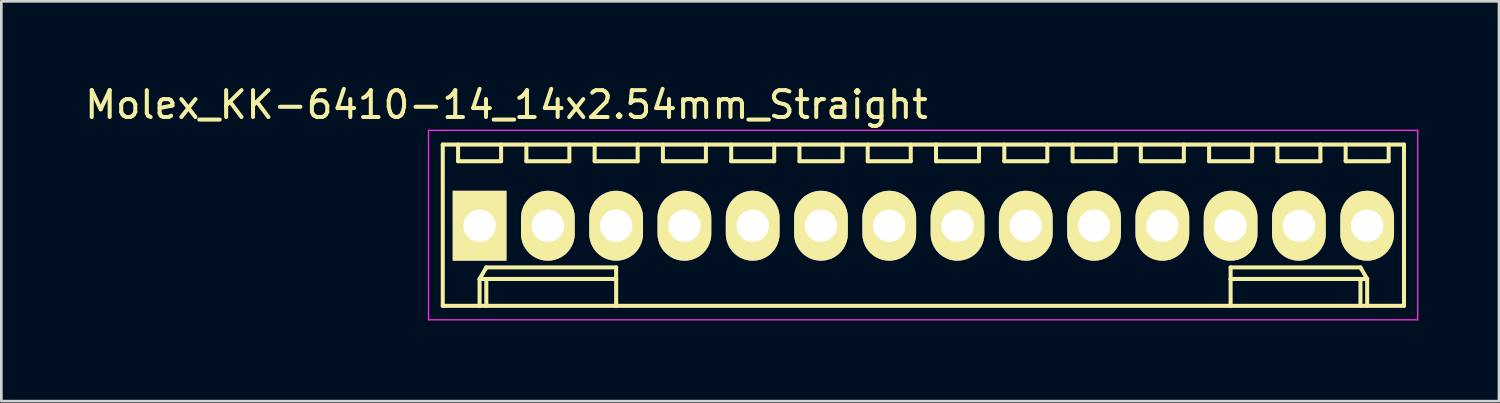
<source format=kicad_pcb>
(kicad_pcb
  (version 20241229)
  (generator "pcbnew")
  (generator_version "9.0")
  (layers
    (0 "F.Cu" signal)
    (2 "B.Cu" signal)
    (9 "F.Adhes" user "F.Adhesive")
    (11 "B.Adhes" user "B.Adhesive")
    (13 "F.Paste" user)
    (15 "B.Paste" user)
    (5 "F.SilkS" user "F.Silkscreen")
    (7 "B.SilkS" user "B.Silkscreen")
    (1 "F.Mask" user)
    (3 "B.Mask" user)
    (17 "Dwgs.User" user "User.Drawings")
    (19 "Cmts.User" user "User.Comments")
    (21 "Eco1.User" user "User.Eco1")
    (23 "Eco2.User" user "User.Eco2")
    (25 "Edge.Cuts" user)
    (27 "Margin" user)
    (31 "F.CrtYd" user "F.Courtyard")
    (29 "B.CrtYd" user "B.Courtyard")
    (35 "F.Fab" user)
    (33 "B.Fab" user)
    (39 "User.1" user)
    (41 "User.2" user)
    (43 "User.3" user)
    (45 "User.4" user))
  (footprint "Molex_KK-6410-14_14x2.54mm_Straight"
    (layer "F.Cu")
    (at 14.792 5.348)
    (property "Reference" "Molex_KK-6410-14_14x2.54mm_Straight" (at 1 -4.5 0) (layer "F.SilkS") (effects (font (size 1 1) (thickness 0.15))))
    (attr through_hole)
    (fp_line (start -1.37 -3.02) (end -1.37 2.98) (stroke (width 0.15) (type solid)) (layer "F.SilkS"))
    (fp_line (start -1.37 2.98) (end 34.39 2.98) (stroke (width 0.15) (type solid)) (layer "F.SilkS"))
    (fp_line (start -0.8 -3.02) (end -0.8 -2.4) (stroke (width 0.15) (type solid)) (layer "F.SilkS"))
    (fp_line (start -0.8 -2.4) (end 0.8 -2.4) (stroke (width 0.15) (type solid)) (layer "F.SilkS"))
    (fp_line (start 0 1.98) (end 0.25 1.55) (stroke (width 0.15) (type solid)) (layer "F.SilkS"))
    (fp_line (start 0 1.98) (end 5.08 1.98) (stroke (width 0.15) (type solid)) (layer "F.SilkS"))
    (fp_line (start 0 2.98) (end 0 1.98) (stroke (width 0.15) (type solid)) (layer "F.SilkS"))
    (fp_line (start 0.25 1.55) (end 5.08 1.55) (stroke (width 0.15) (type solid)) (layer "F.SilkS"))
    (fp_line (start 0.25 2.98) (end 0.25 1.98) (stroke (width 0.15) (type solid)) (layer "F.SilkS"))
    (fp_line (start 0.8 -2.4) (end 0.8 -3.02) (stroke (width 0.15) (type solid)) (layer "F.SilkS"))
    (fp_line (start 1.74 -3.02) (end 1.74 -2.4) (stroke (width 0.15) (type solid)) (layer "F.SilkS"))
    (fp_line (start 1.74 -2.4) (end 3.34 -2.4) (stroke (width 0.15) (type solid)) (layer "F.SilkS"))
    (fp_line (start 3.34 -2.4) (end 3.34 -3.02) (stroke (width 0.15) (type solid)) (layer "F.SilkS"))
    (fp_line (start 4.28 -3.02) (end 4.28 -2.4) (stroke (width 0.15) (type solid)) (layer "F.SilkS"))
    (fp_line (start 4.28 -2.4) (end 5.88 -2.4) (stroke (width 0.15) (type solid)) (layer "F.SilkS"))
    (fp_line (start 5.08 1.55) (end 5.08 1.98) (stroke (width 0.15) (type solid)) (layer "F.SilkS"))
    (fp_line (start 5.08 1.98) (end 5.08 2.98) (stroke (width 0.15) (type solid)) (layer "F.SilkS"))
    (fp_line (start 5.88 -2.4) (end 5.88 -3.02) (stroke (width 0.15) (type solid)) (layer "F.SilkS"))
    (fp_line (start 6.82 -3.02) (end 6.82 -2.4) (stroke (width 0.15) (type solid)) (layer "F.SilkS"))
    (fp_line (start 6.82 -2.4) (end 8.42 -2.4) (stroke (width 0.15) (type solid)) (layer "F.SilkS"))
    (fp_line (start 8.42 -2.4) (end 8.42 -3.02) (stroke (width 0.15) (type solid)) (layer "F.SilkS"))
    (fp_line (start 9.36 -3.02) (end 9.36 -2.4) (stroke (width 0.15) (type solid)) (layer "F.SilkS"))
    (fp_line (start 9.36 -2.4) (end 10.96 -2.4) (stroke (width 0.15) (type solid)) (layer "F.SilkS"))
    (fp_line (start 10.96 -2.4) (end 10.96 -3.02) (stroke (width 0.15) (type solid)) (layer "F.SilkS"))
    (fp_line (start 11.9 -3.02) (end 11.9 -2.4) (stroke (width 0.15) (type solid)) (layer "F.SilkS"))
    (fp_line (start 11.9 -2.4) (end 13.5 -2.4) (stroke (width 0.15) (type solid)) (layer "F.SilkS"))
    (fp_line (start 13.5 -2.4) (end 13.5 -3.02) (stroke (width 0.15) (type solid)) (layer "F.SilkS"))
    (fp_line (start 14.44 -3.02) (end 14.44 -2.4) (stroke (width 0.15) (type solid)) (layer "F.SilkS"))
    (fp_line (start 14.44 -2.4) (end 16.04 -2.4) (stroke (width 0.15) (type solid)) (layer "F.SilkS"))
    (fp_line (start 16.04 -2.4) (end 16.04 -3.02) (stroke (width 0.15) (type solid)) (layer "F.SilkS"))
    (fp_line (start 16.98 -3.02) (end 16.98 -2.4) (stroke (width 0.15) (type solid)) (layer "F.SilkS"))
    (fp_line (start 16.98 -2.4) (end 18.58 -2.4) (stroke (width 0.15) (type solid)) (layer "F.SilkS"))
    (fp_line (start 18.58 -2.4) (end 18.58 -3.02) (stroke (width 0.15) (type solid)) (layer "F.SilkS"))
    (fp_line (start 19.52 -3.02) (end 19.52 -2.4) (stroke (width 0.15) (type solid)) (layer "F.SilkS"))
    (fp_line (start 19.52 -2.4) (end 21.12 -2.4) (stroke (width 0.15) (type solid)) (layer "F.SilkS"))
    (fp_line (start 21.12 -2.4) (end 21.12 -3.02) (stroke (width 0.15) (type solid)) (layer "F.SilkS"))
    (fp_line (start 22.06 -3.02) (end 22.06 -2.4) (stroke (width 0.15) (type solid)) (layer "F.SilkS"))
    (fp_line (start 22.06 -2.4) (end 23.66 -2.4) (stroke (width 0.15) (type solid)) (layer "F.SilkS"))
    (fp_line (start 23.66 -2.4) (end 23.66 -3.02) (stroke (width 0.15) (type solid)) (layer "F.SilkS"))
    (fp_line (start 24.6 -3.02) (end 24.6 -2.4) (stroke (width 0.15) (type solid)) (layer "F.SilkS"))
    (fp_line (start 24.6 -2.4) (end 26.2 -2.4) (stroke (width 0.15) (type solid)) (layer "F.SilkS"))
    (fp_line (start 26.2 -2.4) (end 26.2 -3.02) (stroke (width 0.15) (type solid)) (layer "F.SilkS"))
    (fp_line (start 27.14 -3.02) (end 27.14 -2.4) (stroke (width 0.15) (type solid)) (layer "F.SilkS"))
    (fp_line (start 27.14 -2.4) (end 28.74 -2.4) (stroke (width 0.15) (type solid)) (layer "F.SilkS"))
    (fp_line (start 27.94 1.55) (end 27.94 1.98) (stroke (width 0.15) (type solid)) (layer "F.SilkS"))
    (fp_line (start 27.94 1.98) (end 27.94 2.98) (stroke (width 0.15) (type solid)) (layer "F.SilkS"))
    (fp_line (start 28.74 -2.4) (end 28.74 -3.02) (stroke (width 0.15) (type solid)) (layer "F.SilkS"))
    (fp_line (start 29.68 -3.02) (end 29.68 -2.4) (stroke (width 0.15) (type solid)) (layer "F.SilkS"))
    (fp_line (start 29.68 -2.4) (end 31.28 -2.4) (stroke (width 0.15) (type solid)) (layer "F.SilkS"))
    (fp_line (start 31.28 -2.4) (end 31.28 -3.02) (stroke (width 0.15) (type solid)) (layer "F.SilkS"))
    (fp_line (start 32.22 -3.02) (end 32.22 -2.4) (stroke (width 0.15) (type solid)) (layer "F.SilkS"))
    (fp_line (start 32.22 -2.4) (end 33.82 -2.4) (stroke (width 0.15) (type solid)) (layer "F.SilkS"))
    (fp_line (start 32.77 1.55) (end 27.94 1.55) (stroke (width 0.15) (type solid)) (layer "F.SilkS"))
    (fp_line (start 32.77 2.98) (end 32.77 1.98) (stroke (width 0.15) (type solid)) (layer "F.SilkS"))
    (fp_line (start 33.02 1.98) (end 27.94 1.98) (stroke (width 0.15) (type solid)) (layer "F.SilkS"))
    (fp_line (start 33.02 1.98) (end 32.77 1.55) (stroke (width 0.15) (type solid)) (layer "F.SilkS"))
    (fp_line (start 33.02 2.98) (end 33.02 1.98) (stroke (width 0.15) (type solid)) (layer "F.SilkS"))
    (fp_line (start 33.82 -2.4) (end 33.82 -3.02) (stroke (width 0.15) (type solid)) (layer "F.SilkS"))
    (fp_line (start 34.39 -3.02) (end -1.37 -3.02) (stroke (width 0.15) (type solid)) (layer "F.SilkS"))
    (fp_line (start 34.39 2.98) (end 34.39 -3.02) (stroke (width 0.15) (type solid)) (layer "F.SilkS"))
    (fp_line (start -1.9 -3.55) (end 34.9 -3.55) (stroke (width 0.05) (type solid)) (layer "F.CrtYd"))
    (fp_line (start -1.9 3.5) (end -1.9 -3.55) (stroke (width 0.05) (type solid)) (layer "F.CrtYd"))
    (fp_line (start 34.9 -3.55) (end 34.9 3.5) (stroke (width 0.05) (type solid)) (layer "F.CrtYd"))
    (fp_line (start 34.9 3.5) (end -1.9 3.5) (stroke (width 0.05) (type solid)) (layer "F.CrtYd"))
    (pad "1" thru_hole rect (at 0 0) (size 2 2.6) (drill 1.2) (layers "*.Cu" "*.Mask" "F.SilkS"))
    (pad "2" thru_hole oval (at 2.54 0) (size 2 2.6) (drill 1.2) (layers "*.Cu" "*.Mask" "F.SilkS"))
    (pad "3" thru_hole oval (at 5.08 0) (size 2 2.6) (drill 1.2) (layers "*.Cu" "*.Mask" "F.SilkS"))
    (pad "4" thru_hole oval (at 7.62 0) (size 2 2.6) (drill 1.2) (layers "*.Cu" "*.Mask" "F.SilkS"))
    (pad "5" thru_hole oval (at 10.16 0) (size 2 2.6) (drill 1.2) (layers "*.Cu" "*.Mask" "F.SilkS"))
    (pad "6" thru_hole oval (at 12.7 0) (size 2 2.6) (drill 1.2) (layers "*.Cu" "*.Mask" "F.SilkS"))
    (pad "7" thru_hole oval (at 15.24 0) (size 2 2.6) (drill 1.2) (layers "*.Cu" "*.Mask" "F.SilkS"))
    (pad "8" thru_hole oval (at 17.78 0) (size 2 2.6) (drill 1.2) (layers "*.Cu" "*.Mask" "F.SilkS"))
    (pad "9" thru_hole oval (at 20.32 0) (size 2 2.6) (drill 1.2) (layers "*.Cu" "*.Mask" "F.SilkS"))
    (pad "10" thru_hole oval (at 22.86 0) (size 2 2.6) (drill 1.2) (layers "*.Cu" "*.Mask" "F.SilkS"))
    (pad "11" thru_hole oval (at 25.4 0) (size 2 2.6) (drill 1.2) (layers "*.Cu" "*.Mask" "F.SilkS"))
    (pad "12" thru_hole oval (at 27.94 0) (size 2 2.6) (drill 1.2) (layers "*.Cu" "*.Mask" "F.SilkS"))
    (pad "13" thru_hole oval (at 30.48 0) (size 2 2.6) (drill 1.2) (layers "*.Cu" "*.Mask" "F.SilkS"))
    (pad "14" thru_hole oval (at 33.02 0) (size 2 2.6) (drill 1.2) (layers "*.Cu" "*.Mask" "F.SilkS")))
  (gr_rect
    (start -3 -3)
    (end 52.717 11.873)
    (stroke (width 0.1) (type default))
    (fill no)
    (layer "Edge.Cuts")))
</source>
